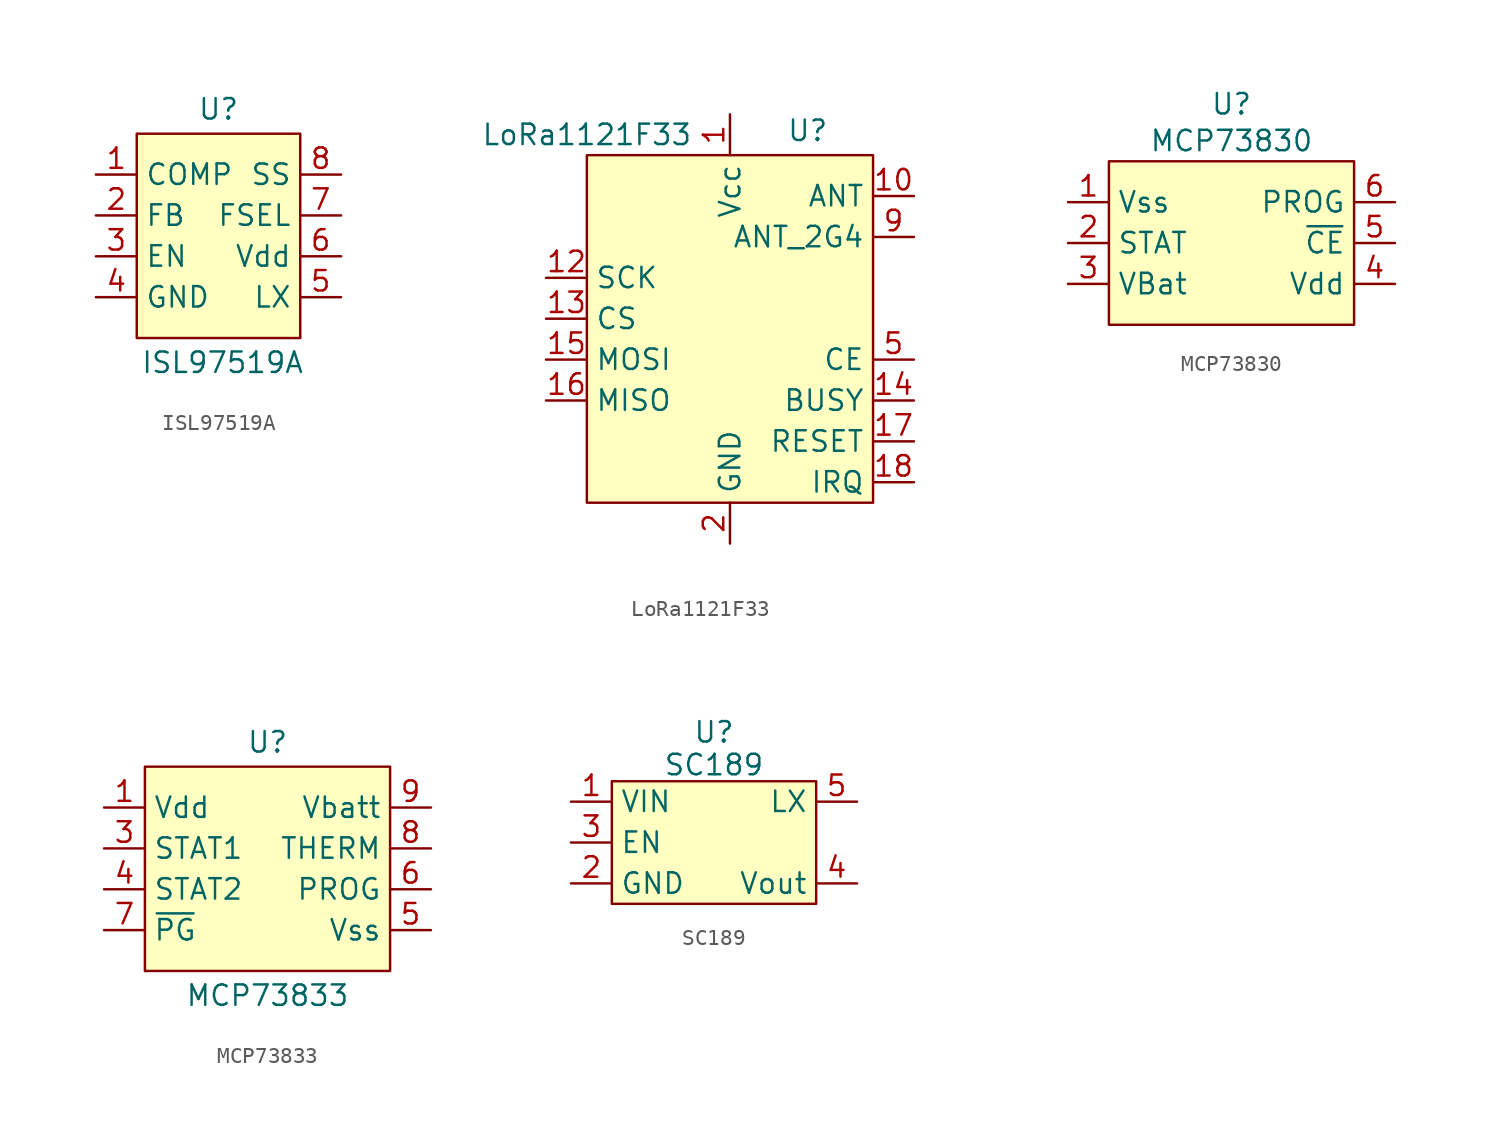
<source format=kicad_sym>
(kicad_symbol_lib
  (version 20241209)
  (generator "kicad_symbol_editor")
  (generator_version "9.0")
  (symbol "ISL97519A"
    (property "Reference" "U"
      (at 0 7.874 0)
      (effects (font (size 1.27 1.27))))
    (property "Value" "ISL97519A"
      (at 0.254 -7.874 0)
      (effects (font (size 1.27 1.27))))
    (symbol "ISL97519A_0_0"
      (pin passive line (at -7.62 3.81 0) (length 2.54) (name "COMP" (effects (font (size 1.27 1.27)))) (number "1" (effects (font (size 1.27 1.27)))))
      (pin passive line (at -7.62 1.27 0) (length 2.54) (name "FB" (effects (font (size 1.27 1.27)))) (number "2" (effects (font (size 1.27 1.27)))))
      (pin input line (at -7.62 -1.27 0) (length 2.54) (name "EN" (effects (font (size 1.27 1.27)))) (number "3" (effects (font (size 1.27 1.27)))))
      (pin power_in line (at -7.62 -3.81 0) (length 2.54) (name "GND" (effects (font (size 1.27 1.27)))) (number "4" (effects (font (size 1.27 1.27)))))
      (pin input line (at 7.62 3.81 180) (length 2.54) (name "SS" (effects (font (size 1.27 1.27)))) (number "8" (effects (font (size 1.27 1.27)))))
      (pin input line (at 7.62 1.27 180) (length 2.54) (name "FSEL" (effects (font (size 1.27 1.27)))) (number "7" (effects (font (size 1.27 1.27)))))
      (pin power_in line (at 7.62 -1.27 180) (length 2.54) (name "Vdd" (effects (font (size 1.27 1.27)))) (number "6" (effects (font (size 1.27 1.27)))))
      (pin power_out line (at 7.62 -3.81 180) (length 2.54) (name "LX" (effects (font (size 1.27 1.27)))) (number "5" (effects (font (size 1.27 1.27))))))
    (symbol "ISL97519A_1_1"
      (rectangle (start -5.08 6.35) (end 5.08 -6.35) (stroke (width 0) (type solid)) (fill (type background)))))
  (symbol "LoRa1121F33"
    (property "Reference" "U"
      (at 4.826 12.954 0)
      (effects (font (size 1.27 1.27))))
    (property "Value" "LoRa1121F33"
      (at -8.89 12.7 0)
      (effects (font (size 1.27 1.27))))
    (symbol "LoRa1121F33_1_1"
      (rectangle (start -8.89 11.43) (end 8.89 -10.16) (stroke (width 0) (type solid)) (fill (type background)))
      (pin input line (at -11.43 3.81 0) (length 2.54) (name "SCK" (effects (font (size 1.27 1.27)))) (number "12" (effects (font (size 1.27 1.27)))))
      (pin input line (at -11.43 1.27 0) (length 2.54) (name "CS" (effects (font (size 1.27 1.27)))) (number "13" (effects (font (size 1.27 1.27)))))
      (pin input line (at -11.43 -1.27 0) (length 2.54) (name "MOSI" (effects (font (size 1.27 1.27)))) (number "15" (effects (font (size 1.27 1.27)))))
      (pin output line (at -11.43 -3.81 0) (length 2.54) (name "MISO" (effects (font (size 1.27 1.27)))) (number "16" (effects (font (size 1.27 1.27)))))
      (pin power_in line (at 0 13.97 270) (length 2.54) (name "Vcc" (effects (font (size 1.27 1.27)))) (number "1" (effects (font (size 1.27 1.27)))))
      (pin power_in line (at 0 -12.7 90) (length 2.54) (hide yes) (name "GND" (effects (font (size 1.27 1.27)))) (number "11" (effects (font (size 1.27 1.27)))))
      (pin power_in line (at 0 -12.7 90) (length 2.54) (hide yes) (name "GND" (effects (font (size 1.27 1.27)))) (number "19" (effects (font (size 1.27 1.27)))))
      (pin power_in line (at 0 -12.7 90) (length 2.54) (name "GND" (effects (font (size 1.27 1.27)))) (number "2" (effects (font (size 1.27 1.27)))))
      (pin power_in line (at 0 -12.7 90) (length 2.54) (hide yes) (name "GND" (effects (font (size 1.27 1.27)))) (number "20" (effects (font (size 1.27 1.27)))))
      (pin power_in line (at 0 -12.7 90) (length 2.54) (hide yes) (name "GND" (effects (font (size 1.27 1.27)))) (number "3" (effects (font (size 1.27 1.27)))))
      (pin power_in line (at 0 -12.7 90) (length 2.54) (hide yes) (name "GND" (effects (font (size 1.27 1.27)))) (number "4" (effects (font (size 1.27 1.27)))))
      (pin power_in line (at 0 -12.7 90) (length 2.54) (hide yes) (name "GND" (effects (font (size 1.27 1.27)))) (number "6" (effects (font (size 1.27 1.27)))))
      (pin power_in line (at 0 -12.7 90) (length 2.54) (hide yes) (name "GND" (effects (font (size 1.27 1.27)))) (number "7" (effects (font (size 1.27 1.27)))))
      (pin power_in line (at 0 -12.7 90) (length 2.54) (hide yes) (name "GND" (effects (font (size 1.27 1.27)))) (number "8" (effects (font (size 1.27 1.27)))))
      (pin bidirectional line (at 11.43 8.89 180) (length 2.54) (name "ANT" (effects (font (size 1.27 1.27)))) (number "10" (effects (font (size 1.27 1.27)))))
      (pin bidirectional line (at 11.43 6.35 180) (length 2.54) (name "ANT_2G4" (effects (font (size 1.27 1.27)))) (number "9" (effects (font (size 1.27 1.27)))))
      (pin input line (at 11.43 -1.27 180) (length 2.54) (name "CE" (effects (font (size 1.27 1.27)))) (number "5" (effects (font (size 1.27 1.27)))))
      (pin output line (at 11.43 -3.81 180) (length 2.54) (name "BUSY" (effects (font (size 1.27 1.27)))) (number "14" (effects (font (size 1.27 1.27)))))
      (pin input line (at 11.43 -6.35 180) (length 2.54) (name "RESET" (effects (font (size 1.27 1.27)))) (number "17" (effects (font (size 1.27 1.27)))))
      (pin output line (at 11.43 -8.89 180) (length 2.54) (name "IRQ" (effects (font (size 1.27 1.27)))) (number "18" (effects (font (size 1.27 1.27)))))))
  (symbol "MCP73830"
    (property "Reference" "U"
      (at 0 12.446 0)
      (effects (font (size 1.27 1.27))))
    (property "Value" "MCP73830"
      (at 0 10.16 0)
      (effects (font (size 1.27 1.27))))
    (symbol "MCP73830_1_1"
      (rectangle (start -7.62 8.89) (end 7.62 -1.27) (stroke (width 0) (type solid)) (fill (type background)))
      (pin power_in line (at -10.16 6.35 0) (length 2.54) (name "Vss" (effects (font (size 1.27 1.27)))) (number "1" (effects (font (size 1.27 1.27)))))
      (pin input line (at -10.16 3.81 0) (length 2.54) (name "STAT" (effects (font (size 1.27 1.27)))) (number "2" (effects (font (size 1.27 1.27)))))
      (pin power_out line (at -10.16 1.27 0) (length 2.54) (name "VBat" (effects (font (size 1.27 1.27)))) (number "3" (effects (font (size 1.27 1.27)))))
      (pin input line (at 10.16 6.35 180) (length 2.54) (name "PROG" (effects (font (size 1.27 1.27)))) (number "6" (effects (font (size 1.27 1.27)))))
      (pin input line (at 10.16 3.81 180) (length 2.54) (name "~{CE}" (effects (font (size 1.27 1.27)))) (number "5" (effects (font (size 1.27 1.27)))))
      (pin power_in line (at 10.16 1.27 180) (length 2.54) (name "Vdd" (effects (font (size 1.27 1.27)))) (number "4" (effects (font (size 1.27 1.27)))))))
  (symbol "MCP73833"
    (property "Reference" "U"
      (at 0 10.414 0)
      (effects (font (size 1.27 1.27))))
    (property "Value" "MCP73833"
      (at 0 -5.334 0)
      (effects (font (size 1.27 1.27))))
    (symbol "MCP73833_1_1"
      (rectangle (start -7.62 8.89) (end 7.62 -3.81) (stroke (width 0) (type solid)) (fill (type background)))
      (pin power_in line (at -10.16 6.35 0) (length 2.54) (name "Vdd" (effects (font (size 1.27 1.27)))) (number "1" (effects (font (size 1.27 1.27)))))
      (pin power_in line (at -10.16 6.35 0) (length 2.54) (hide yes) (name "Vdd" (effects (font (size 1.27 1.27)))) (number "2" (effects (font (size 1.27 1.27)))))
      (pin output line (at -10.16 3.81 0) (length 2.54) (name "STAT1" (effects (font (size 1.27 1.27)))) (number "3" (effects (font (size 1.27 1.27)))))
      (pin output line (at -10.16 1.27 0) (length 2.54) (name "STAT2" (effects (font (size 1.27 1.27)))) (number "4" (effects (font (size 1.27 1.27)))))
      (pin output line (at -10.16 -1.27 0) (length 2.54) (name "~{PG}" (effects (font (size 1.27 1.27)))) (number "7" (effects (font (size 1.27 1.27)))))
      (pin power_out line (at 10.16 6.35 180) (length 2.54) (hide yes) (name "Vbatt" (effects (font (size 1.27 1.27)))) (number "10" (effects (font (size 1.27 1.27)))))
      (pin power_out line (at 10.16 6.35 180) (length 2.54) (name "Vbatt" (effects (font (size 1.27 1.27)))) (number "9" (effects (font (size 1.27 1.27)))))
      (pin input line (at 10.16 3.81 180) (length 2.54) (name "THERM" (effects (font (size 1.27 1.27)))) (number "8" (effects (font (size 1.27 1.27)))))
      (pin input line (at 10.16 1.27 180) (length 2.54) (name "PROG" (effects (font (size 1.27 1.27)))) (number "6" (effects (font (size 1.27 1.27)))))
      (pin power_in line (at 10.16 -1.27 180) (length 2.54) (name "Vss" (effects (font (size 1.27 1.27)))) (number "5" (effects (font (size 1.27 1.27)))))))
  (symbol "SC189"
    (property "Reference" "U"
      (at 0 6.858 0)
      (effects (font (size 1.27 1.27))))
    (property "Value" "SC189"
      (at 0 4.826 0)
      (effects (font (size 1.27 1.27))))
    (symbol "SC189_1_1"
      (rectangle (start -6.35 3.81) (end 6.35 -3.81) (stroke (width 0) (type solid)) (fill (type background)))
      (pin power_in line (at -8.89 2.54 0) (length 2.54) (name "VIN" (effects (font (size 1.27 1.27)))) (number "1" (effects (font (size 1.27 1.27)))))
      (pin input line (at -8.89 0 0) (length 2.54) (name "EN" (effects (font (size 1.27 1.27)))) (number "3" (effects (font (size 1.27 1.27)))))
      (pin power_in line (at -8.89 -2.54 0) (length 2.54) (name "GND" (effects (font (size 1.27 1.27)))) (number "2" (effects (font (size 1.27 1.27)))))
      (pin unspecified line (at 8.89 2.54 180) (length 2.54) (name "LX" (effects (font (size 1.27 1.27)))) (number "5" (effects (font (size 1.27 1.27)))))
      (pin unspecified line (at 8.89 -2.54 180) (length 2.54) (name "Vout" (effects (font (size 1.27 1.27)))) (number "4" (effects (font (size 1.27 1.27))))))))
</source>
